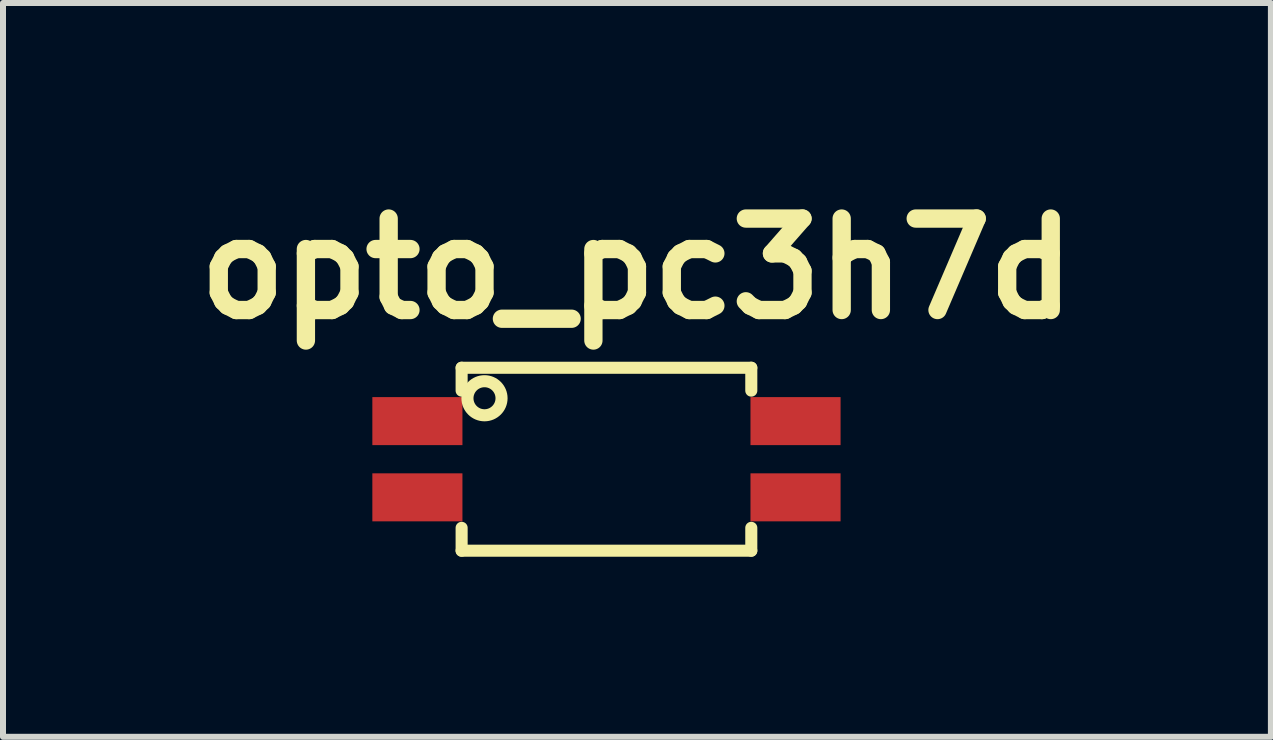
<source format=kicad_pcb>
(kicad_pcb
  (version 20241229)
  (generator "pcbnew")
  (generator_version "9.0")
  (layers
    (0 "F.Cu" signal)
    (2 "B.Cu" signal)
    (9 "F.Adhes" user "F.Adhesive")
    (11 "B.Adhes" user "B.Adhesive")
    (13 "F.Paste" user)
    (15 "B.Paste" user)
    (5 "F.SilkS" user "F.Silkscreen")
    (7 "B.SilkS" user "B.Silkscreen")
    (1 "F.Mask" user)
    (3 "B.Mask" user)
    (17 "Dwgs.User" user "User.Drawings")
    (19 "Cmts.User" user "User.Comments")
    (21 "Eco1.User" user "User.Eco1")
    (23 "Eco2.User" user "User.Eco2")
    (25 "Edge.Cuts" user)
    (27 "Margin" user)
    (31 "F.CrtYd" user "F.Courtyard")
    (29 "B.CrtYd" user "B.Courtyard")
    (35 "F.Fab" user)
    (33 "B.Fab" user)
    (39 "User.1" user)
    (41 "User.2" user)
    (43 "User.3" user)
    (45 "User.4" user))
  (footprint "opto_pc3h7d"
    (layer "F.Cu")
    (at 7.054 4.601)
    (property "Reference" "opto_pc3h7d" (at 0.508 -3.175 0) (layer "F.SilkS") (effects (font (size 1.524 1.524) (thickness 0.305))))
    (attr through_hole)
    (fp_line (start -2.413 -1.524) (end -2.413 -1.143) (stroke (width 0.201) (type solid)) (layer "F.SilkS"))
    (fp_line (start -2.413 1.143) (end -2.413 1.524) (stroke (width 0.201) (type solid)) (layer "F.SilkS"))
    (fp_line (start -2.413 1.524) (end 2.413 1.524) (stroke (width 0.201) (type solid)) (layer "F.SilkS"))
    (fp_line (start 2.413 -1.524) (end -2.413 -1.524) (stroke (width 0.201) (type solid)) (layer "F.SilkS"))
    (fp_line (start 2.413 -1.143) (end 2.413 -1.524) (stroke (width 0.201) (type solid)) (layer "F.SilkS"))
    (fp_line (start 2.413 1.524) (end 2.413 1.143) (stroke (width 0.201) (type solid)) (layer "F.SilkS"))
    (fp_circle (center -2.032 -1.016) (end -1.778 -0.889) (stroke (width 0.201) (type solid)) (fill no) (layer "F.SilkS"))
    (pad "1" smd rect (at -3.15 -0.635) (size 1.501 0.8) (layers "F.Cu" "F.Mask" "F.Paste"))
    (pad "2" smd rect (at -3.15 0.635) (size 1.501 0.8) (layers "F.Cu" "F.Mask" "F.Paste"))
    (pad "3" smd rect (at 3.15 0.635) (size 1.501 0.8) (layers "F.Cu" "F.Mask" "F.Paste"))
    (pad "4" smd rect (at 3.15 -0.635) (size 1.501 0.8) (layers "F.Cu" "F.Mask" "F.Paste")))
  (gr_rect
    (start -3 -3)
    (end 18.124 9.226)
    (stroke (width 0.1) (type default))
    (fill no)
    (layer "Edge.Cuts")))
</source>
